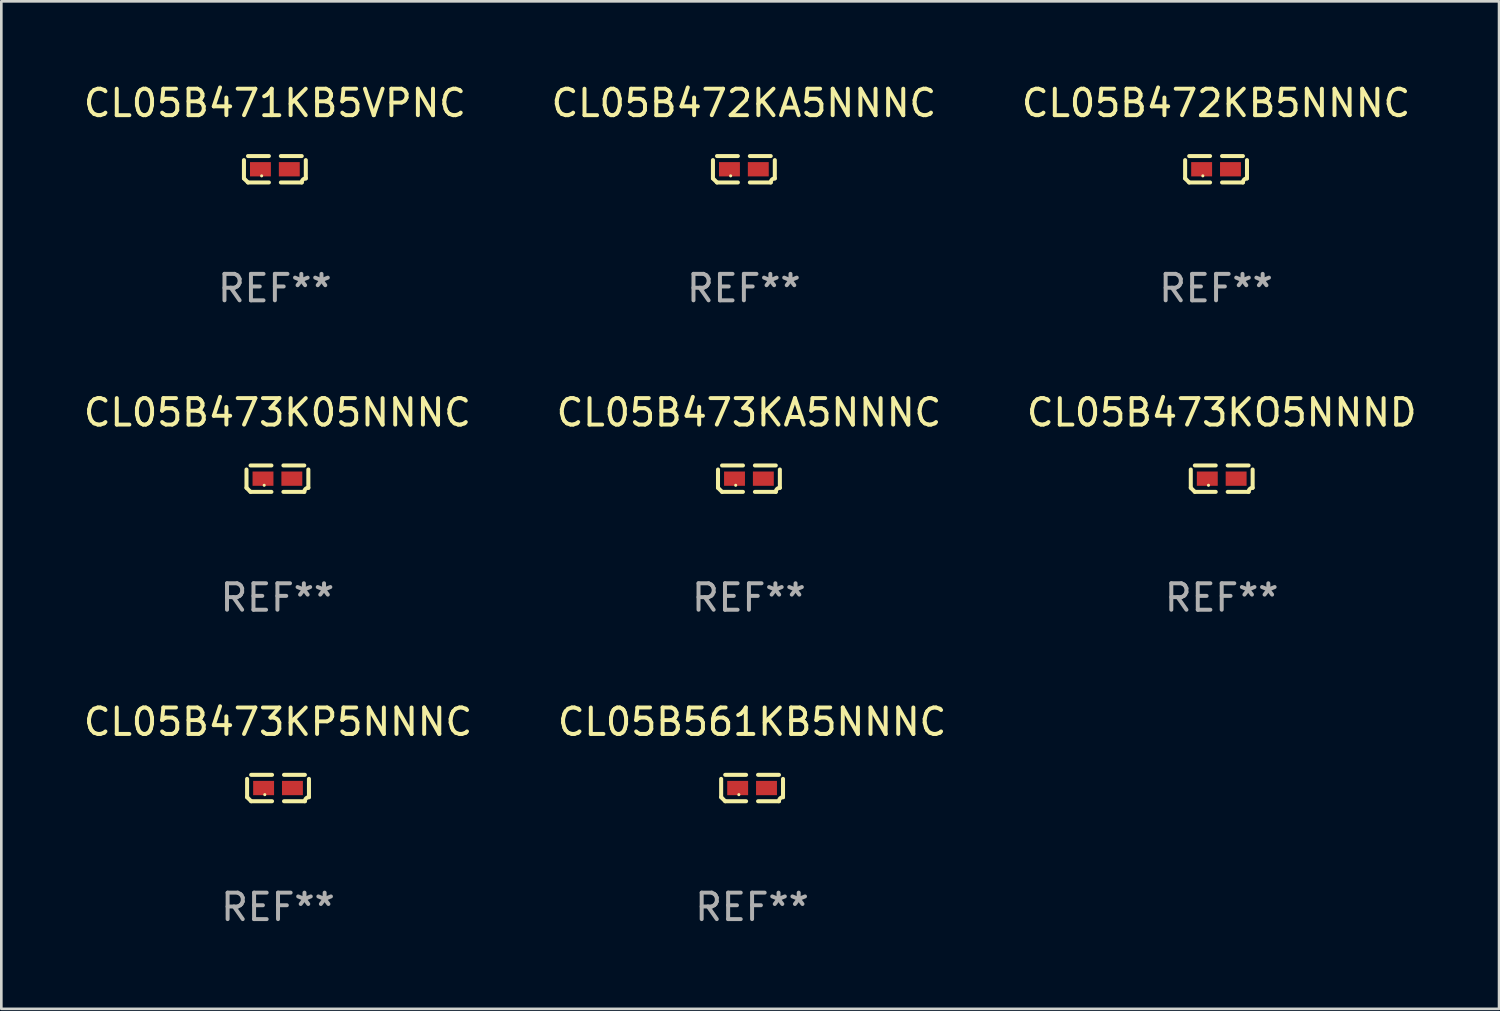
<source format=kicad_pcb>
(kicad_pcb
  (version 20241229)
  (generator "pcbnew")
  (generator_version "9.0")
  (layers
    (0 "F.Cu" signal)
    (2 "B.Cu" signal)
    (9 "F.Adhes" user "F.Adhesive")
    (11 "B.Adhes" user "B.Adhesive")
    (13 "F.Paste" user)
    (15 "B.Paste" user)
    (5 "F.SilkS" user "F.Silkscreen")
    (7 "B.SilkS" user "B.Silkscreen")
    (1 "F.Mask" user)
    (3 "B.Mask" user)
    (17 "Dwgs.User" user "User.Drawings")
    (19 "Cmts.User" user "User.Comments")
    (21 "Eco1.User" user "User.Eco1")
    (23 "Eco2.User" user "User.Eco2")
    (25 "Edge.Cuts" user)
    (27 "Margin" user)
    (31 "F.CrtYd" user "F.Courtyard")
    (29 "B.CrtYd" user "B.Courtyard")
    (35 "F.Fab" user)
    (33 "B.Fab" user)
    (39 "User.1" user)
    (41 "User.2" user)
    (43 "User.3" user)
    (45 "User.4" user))
  (footprint "CL05B473KO5NNND"
    (layer "F.Cu")
    (at 43.125 15.041)
    (property "Reference" "CL05B473KO5NNND" (at 0 -2.499 0) (layer "F.SilkS") (effects (font (size 1 1) (thickness 0.15))))
    (attr through_hole)
    (fp_line (start -1.169 0.346) (end -1.169 -0.346) (stroke (width 0.152) (type solid)) (layer "F.SilkS"))
    (fp_line (start -1.016 -0.499) (end -0.226 -0.499) (stroke (width 0.152) (type solid)) (layer "F.SilkS"))
    (fp_line (start -0.226 0.499) (end -1.016 0.499) (stroke (width 0.152) (type solid)) (layer "F.SilkS"))
    (fp_line (start 0.226 0.499) (end 1.016 0.499) (stroke (width 0.152) (type solid)) (layer "F.SilkS"))
    (fp_line (start 1.016 -0.499) (end 0.226 -0.499) (stroke (width 0.152) (type solid)) (layer "F.SilkS"))
    (fp_line (start 1.169 0.346) (end 1.169 -0.346) (stroke (width 0.152) (type solid)) (layer "F.SilkS"))
    (fp_arc (start -1.016307 0.498603) (mid -1.092512 0.422405) (end -1.16871 0.3462) (stroke (width 0.1524) (type solid)) (layer "F.SilkS"))
    (fp_arc (start 1.016307 0.498603) (mid 1.060899 0.390758) (end 1.168707 0.346076) (stroke (width 0.1524) (type solid)) (layer "F.SilkS"))
    (fp_circle (center -0.5 0.25) (end -0.47 0.25) (stroke (width 0.06) (type solid)) (fill no) (layer "F.SilkS"))
    (fp_text user "REF**" (at 0 4.499 0) (layer "F.Fab") (effects (font (size 1 1) (thickness 0.15))))
    (pad "1" smd rect (at -0.545 0) (size 0.79 0.54) (layers "F.Cu" "F.Mask" "F.Paste"))
    (pad "2" smd rect (at 0.545 0) (size 0.79 0.54) (layers "F.Cu" "F.Mask" "F.Paste")))
  (footprint "CL05B473KA5NNNC"
    (layer "F.Cu")
    (at 25.256 15.041)
    (property "Reference" "CL05B473KA5NNNC" (at 0 -2.499 0) (layer "F.SilkS") (effects (font (size 1 1) (thickness 0.15))))
    (attr through_hole)
    (fp_line (start -1.169 0.346) (end -1.169 -0.346) (stroke (width 0.152) (type solid)) (layer "F.SilkS"))
    (fp_line (start -1.016 -0.499) (end -0.226 -0.499) (stroke (width 0.152) (type solid)) (layer "F.SilkS"))
    (fp_line (start -0.226 0.499) (end -1.016 0.499) (stroke (width 0.152) (type solid)) (layer "F.SilkS"))
    (fp_line (start 0.226 0.499) (end 1.016 0.499) (stroke (width 0.152) (type solid)) (layer "F.SilkS"))
    (fp_line (start 1.016 -0.499) (end 0.226 -0.499) (stroke (width 0.152) (type solid)) (layer "F.SilkS"))
    (fp_line (start 1.169 0.346) (end 1.169 -0.346) (stroke (width 0.152) (type solid)) (layer "F.SilkS"))
    (fp_arc (start -1.016307 0.498603) (mid -1.092512 0.422405) (end -1.16871 0.3462) (stroke (width 0.1524) (type solid)) (layer "F.SilkS"))
    (fp_arc (start 1.016307 0.498603) (mid 1.060899 0.390758) (end 1.168707 0.346076) (stroke (width 0.1524) (type solid)) (layer "F.SilkS"))
    (fp_circle (center -0.5 0.25) (end -0.47 0.25) (stroke (width 0.06) (type solid)) (fill no) (layer "F.SilkS"))
    (fp_text user "REF**" (at 0 4.499 0) (layer "F.Fab") (effects (font (size 1 1) (thickness 0.15))))
    (pad "1" smd rect (at -0.545 0) (size 0.79 0.54) (layers "F.Cu" "F.Mask" "F.Paste"))
    (pad "2" smd rect (at 0.545 0) (size 0.79 0.54) (layers "F.Cu" "F.Mask" "F.Paste")))
  (footprint "CL05B473KP5NNNC"
    (layer "F.Cu")
    (at 7.458 26.734)
    (property "Reference" "CL05B473KP5NNNC" (at 0 -2.499 0) (layer "F.SilkS") (effects (font (size 1 1) (thickness 0.15))))
    (attr through_hole)
    (fp_line (start -1.169 0.346) (end -1.169 -0.346) (stroke (width 0.152) (type solid)) (layer "F.SilkS"))
    (fp_line (start -1.016 -0.499) (end -0.226 -0.499) (stroke (width 0.152) (type solid)) (layer "F.SilkS"))
    (fp_line (start -0.226 0.499) (end -1.016 0.499) (stroke (width 0.152) (type solid)) (layer "F.SilkS"))
    (fp_line (start 0.226 0.499) (end 1.016 0.499) (stroke (width 0.152) (type solid)) (layer "F.SilkS"))
    (fp_line (start 1.016 -0.499) (end 0.226 -0.499) (stroke (width 0.152) (type solid)) (layer "F.SilkS"))
    (fp_line (start 1.169 0.346) (end 1.169 -0.346) (stroke (width 0.152) (type solid)) (layer "F.SilkS"))
    (fp_arc (start -1.016307 0.498603) (mid -1.092512 0.422405) (end -1.16871 0.3462) (stroke (width 0.1524) (type solid)) (layer "F.SilkS"))
    (fp_arc (start 1.016307 0.498603) (mid 1.060899 0.390758) (end 1.168707 0.346076) (stroke (width 0.1524) (type solid)) (layer "F.SilkS"))
    (fp_circle (center -0.5 0.25) (end -0.47 0.25) (stroke (width 0.06) (type solid)) (fill no) (layer "F.SilkS"))
    (fp_text user "REF**" (at 0 4.499 0) (layer "F.Fab") (effects (font (size 1 1) (thickness 0.15))))
    (pad "1" smd rect (at -0.545 0) (size 0.79 0.54) (layers "F.Cu" "F.Mask" "F.Paste"))
    (pad "2" smd rect (at 0.545 0) (size 0.79 0.54) (layers "F.Cu" "F.Mask" "F.Paste")))
  (footprint "CL05B472KB5NNNC"
    (layer "F.Cu")
    (at 42.911 3.347)
    (property "Reference" "CL05B472KB5NNNC" (at 0 -2.499 0) (layer "F.SilkS") (effects (font (size 1 1) (thickness 0.15))))
    (attr through_hole)
    (fp_line (start -1.169 0.346) (end -1.169 -0.346) (stroke (width 0.152) (type solid)) (layer "F.SilkS"))
    (fp_line (start -1.016 -0.499) (end -0.226 -0.499) (stroke (width 0.152) (type solid)) (layer "F.SilkS"))
    (fp_line (start -0.226 0.499) (end -1.016 0.499) (stroke (width 0.152) (type solid)) (layer "F.SilkS"))
    (fp_line (start 0.226 0.499) (end 1.016 0.499) (stroke (width 0.152) (type solid)) (layer "F.SilkS"))
    (fp_line (start 1.016 -0.499) (end 0.226 -0.499) (stroke (width 0.152) (type solid)) (layer "F.SilkS"))
    (fp_line (start 1.169 0.346) (end 1.169 -0.346) (stroke (width 0.152) (type solid)) (layer "F.SilkS"))
    (fp_arc (start -1.016307 0.498603) (mid -1.092512 0.422405) (end -1.16871 0.3462) (stroke (width 0.1524) (type solid)) (layer "F.SilkS"))
    (fp_arc (start 1.016307 0.498603) (mid 1.060899 0.390758) (end 1.168707 0.346076) (stroke (width 0.1524) (type solid)) (layer "F.SilkS"))
    (fp_circle (center -0.5 0.25) (end -0.47 0.25) (stroke (width 0.06) (type solid)) (fill no) (layer "F.SilkS"))
    (fp_text user "REF**" (at 0 4.499 0) (layer "F.Fab") (effects (font (size 1 1) (thickness 0.15))))
    (pad "1" smd rect (at -0.545 0) (size 0.79 0.54) (layers "F.Cu" "F.Mask" "F.Paste"))
    (pad "2" smd rect (at 0.545 0) (size 0.79 0.54) (layers "F.Cu" "F.Mask" "F.Paste")))
  (footprint "CL05B561KB5NNNC"
    (layer "F.Cu")
    (at 25.375 26.734)
    (property "Reference" "CL05B561KB5NNNC" (at 0 -2.499 0) (layer "F.SilkS") (effects (font (size 1 1) (thickness 0.15))))
    (attr through_hole)
    (fp_line (start -1.169 0.346) (end -1.169 -0.346) (stroke (width 0.152) (type solid)) (layer "F.SilkS"))
    (fp_line (start -1.016 -0.499) (end -0.226 -0.499) (stroke (width 0.152) (type solid)) (layer "F.SilkS"))
    (fp_line (start -0.226 0.499) (end -1.016 0.499) (stroke (width 0.152) (type solid)) (layer "F.SilkS"))
    (fp_line (start 0.226 0.499) (end 1.016 0.499) (stroke (width 0.152) (type solid)) (layer "F.SilkS"))
    (fp_line (start 1.016 -0.499) (end 0.226 -0.499) (stroke (width 0.152) (type solid)) (layer "F.SilkS"))
    (fp_line (start 1.169 0.346) (end 1.169 -0.346) (stroke (width 0.152) (type solid)) (layer "F.SilkS"))
    (fp_arc (start -1.016307 0.498603) (mid -1.092512 0.422405) (end -1.16871 0.3462) (stroke (width 0.1524) (type solid)) (layer "F.SilkS"))
    (fp_arc (start 1.016307 0.498603) (mid 1.060899 0.390758) (end 1.168707 0.346076) (stroke (width 0.1524) (type solid)) (layer "F.SilkS"))
    (fp_circle (center -0.5 0.25) (end -0.47 0.25) (stroke (width 0.06) (type solid)) (fill no) (layer "F.SilkS"))
    (fp_text user "REF**" (at 0 4.499 0) (layer "F.Fab") (effects (font (size 1 1) (thickness 0.15))))
    (pad "1" smd rect (at -0.545 0) (size 0.79 0.54) (layers "F.Cu" "F.Mask" "F.Paste"))
    (pad "2" smd rect (at 0.545 0) (size 0.79 0.54) (layers "F.Cu" "F.Mask" "F.Paste")))
  (footprint "CL05B472KA5NNNC"
    (layer "F.Cu")
    (at 25.065 3.347)
    (property "Reference" "CL05B472KA5NNNC" (at 0 -2.499 0) (layer "F.SilkS") (effects (font (size 1 1) (thickness 0.15))))
    (attr through_hole)
    (fp_line (start -1.169 0.346) (end -1.169 -0.346) (stroke (width 0.152) (type solid)) (layer "F.SilkS"))
    (fp_line (start -1.016 -0.499) (end -0.226 -0.499) (stroke (width 0.152) (type solid)) (layer "F.SilkS"))
    (fp_line (start -0.226 0.499) (end -1.016 0.499) (stroke (width 0.152) (type solid)) (layer "F.SilkS"))
    (fp_line (start 0.226 0.499) (end 1.016 0.499) (stroke (width 0.152) (type solid)) (layer "F.SilkS"))
    (fp_line (start 1.016 -0.499) (end 0.226 -0.499) (stroke (width 0.152) (type solid)) (layer "F.SilkS"))
    (fp_line (start 1.169 0.346) (end 1.169 -0.346) (stroke (width 0.152) (type solid)) (layer "F.SilkS"))
    (fp_arc (start -1.016307 0.498603) (mid -1.092512 0.422405) (end -1.16871 0.3462) (stroke (width 0.1524) (type solid)) (layer "F.SilkS"))
    (fp_arc (start 1.016307 0.498603) (mid 1.060899 0.390758) (end 1.168707 0.346076) (stroke (width 0.1524) (type solid)) (layer "F.SilkS"))
    (fp_circle (center -0.5 0.25) (end -0.47 0.25) (stroke (width 0.06) (type solid)) (fill no) (layer "F.SilkS"))
    (fp_text user "REF**" (at 0 4.499 0) (layer "F.Fab") (effects (font (size 1 1) (thickness 0.15))))
    (pad "1" smd rect (at -0.545 0) (size 0.79 0.54) (layers "F.Cu" "F.Mask" "F.Paste"))
    (pad "2" smd rect (at 0.545 0) (size 0.79 0.54) (layers "F.Cu" "F.Mask" "F.Paste")))
  (footprint "CL05B473K05NNNC"
    (layer "F.Cu")
    (at 7.435 15.041)
    (property "Reference" "CL05B473K05NNNC" (at 0 -2.499 0) (layer "F.SilkS") (effects (font (size 1 1) (thickness 0.15))))
    (attr through_hole)
    (fp_line (start -1.169 0.346) (end -1.169 -0.346) (stroke (width 0.152) (type solid)) (layer "F.SilkS"))
    (fp_line (start -1.016 -0.499) (end -0.226 -0.499) (stroke (width 0.152) (type solid)) (layer "F.SilkS"))
    (fp_line (start -0.226 0.499) (end -1.016 0.499) (stroke (width 0.152) (type solid)) (layer "F.SilkS"))
    (fp_line (start 0.226 0.499) (end 1.016 0.499) (stroke (width 0.152) (type solid)) (layer "F.SilkS"))
    (fp_line (start 1.016 -0.499) (end 0.226 -0.499) (stroke (width 0.152) (type solid)) (layer "F.SilkS"))
    (fp_line (start 1.169 0.346) (end 1.169 -0.346) (stroke (width 0.152) (type solid)) (layer "F.SilkS"))
    (fp_arc (start -1.016307 0.498603) (mid -1.092512 0.422405) (end -1.16871 0.3462) (stroke (width 0.1524) (type solid)) (layer "F.SilkS"))
    (fp_arc (start 1.016307 0.498603) (mid 1.060899 0.390758) (end 1.168707 0.346076) (stroke (width 0.1524) (type solid)) (layer "F.SilkS"))
    (fp_circle (center -0.5 0.25) (end -0.47 0.25) (stroke (width 0.06) (type solid)) (fill no) (layer "F.SilkS"))
    (fp_text user "REF**" (at 0 4.499 0) (layer "F.Fab") (effects (font (size 1 1) (thickness 0.15))))
    (pad "1" smd rect (at -0.545 0) (size 0.79 0.54) (layers "F.Cu" "F.Mask" "F.Paste"))
    (pad "2" smd rect (at 0.545 0) (size 0.79 0.54) (layers "F.Cu" "F.Mask" "F.Paste")))
  (footprint "CL05B471KB5VPNC"
    (layer "F.Cu")
    (at 7.339 3.347)
    (property "Reference" "CL05B471KB5VPNC" (at 0 -2.499 0) (layer "F.SilkS") (effects (font (size 1 1) (thickness 0.15))))
    (attr through_hole)
    (fp_line (start -1.169 0.346) (end -1.169 -0.346) (stroke (width 0.152) (type solid)) (layer "F.SilkS"))
    (fp_line (start -1.016 -0.499) (end -0.226 -0.499) (stroke (width 0.152) (type solid)) (layer "F.SilkS"))
    (fp_line (start -0.226 0.499) (end -1.016 0.499) (stroke (width 0.152) (type solid)) (layer "F.SilkS"))
    (fp_line (start 0.226 0.499) (end 1.016 0.499) (stroke (width 0.152) (type solid)) (layer "F.SilkS"))
    (fp_line (start 1.016 -0.499) (end 0.226 -0.499) (stroke (width 0.152) (type solid)) (layer "F.SilkS"))
    (fp_line (start 1.169 0.346) (end 1.169 -0.346) (stroke (width 0.152) (type solid)) (layer "F.SilkS"))
    (fp_arc (start -1.016307 0.498603) (mid -1.092512 0.422405) (end -1.16871 0.3462) (stroke (width 0.1524) (type solid)) (layer "F.SilkS"))
    (fp_arc (start 1.016307 0.498603) (mid 1.060899 0.390758) (end 1.168707 0.346076) (stroke (width 0.1524) (type solid)) (layer "F.SilkS"))
    (fp_circle (center -0.5 0.25) (end -0.47 0.25) (stroke (width 0.06) (type solid)) (fill no) (layer "F.SilkS"))
    (fp_text user "REF**" (at 0 4.499 0) (layer "F.Fab") (effects (font (size 1 1) (thickness 0.15))))
    (pad "1" smd rect (at -0.545 0) (size 0.79 0.54) (layers "F.Cu" "F.Mask" "F.Paste"))
    (pad "2" smd rect (at 0.545 0) (size 0.79 0.54) (layers "F.Cu" "F.Mask" "F.Paste")))
  (gr_rect
    (start -3 -3)
    (end 53.607 35.081)
    (stroke (width 0.1) (type default))
    (fill no)
    (layer "Edge.Cuts")))
</source>
